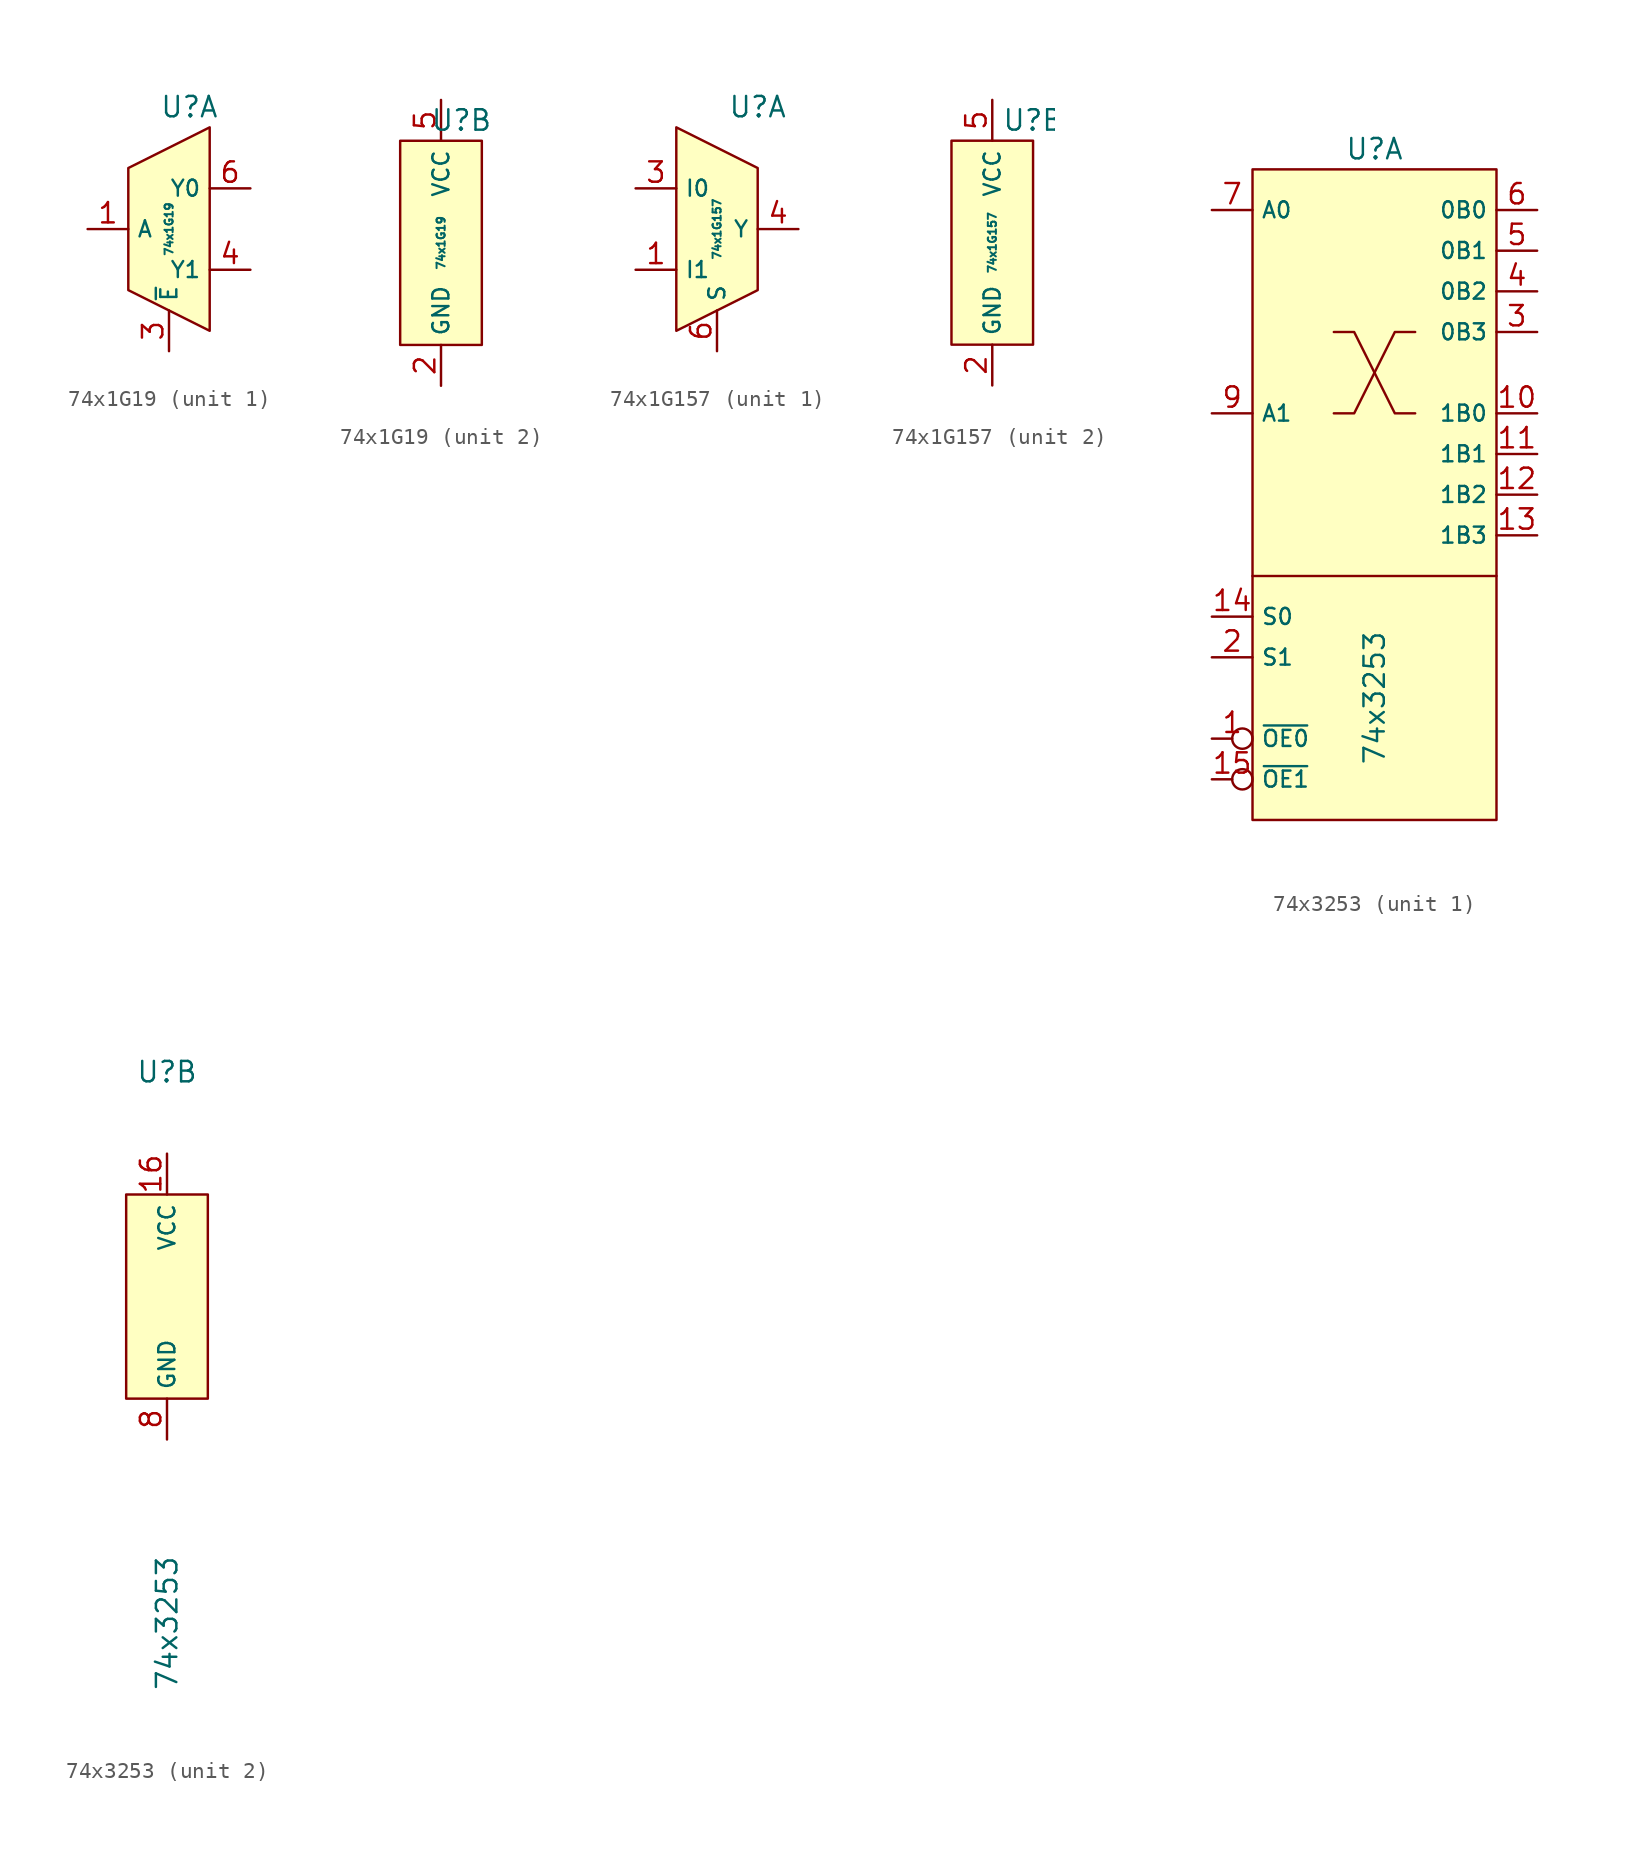
<source format=kicad_sym>
(kicad_symbol_lib
  (version 20220914)
  (generator kicad_symbol_editor)
  (symbol "74x1G19"
    (property "Reference" "U"
      (at 1.27 7.62 0)
      (effects (font (size 1.27 1.27))))
    (property "Value" "74x1G19"
      (at 0 0 90)
      (effects (font (size 0.5 0.5))))
    (property "ki_locked" ""
      (at 0 0 0)
      (effects (font (size 1.27 1.27))))
    (symbol "74x1G19_1_1"
      (polyline (pts (xy -2.54 -3.81) (xy -2.54 3.81) (xy 2.54 6.35) (xy 2.54 -6.35) (xy -2.54 -3.81)) (stroke (width 0) (type default)) (fill (type background)))
      (pin input line (at -5.08 0 0) (length 2.54) (name "A" (effects (font (size 1 1)))) (number "1" (effects (font (size 1.27 1.27)))))
      (pin input line (at 0 -7.62 90) (length 2.54) (name "~{E}" (effects (font (size 1 1)))) (number "3" (effects (font (size 1.27 1.27)))))
      (pin output line (at 5.08 -2.54 180) (length 2.54) (name "Y1" (effects (font (size 1 1)))) (number "4" (effects (font (size 1.27 1.27)))))
      (pin output line (at 5.08 2.54 180) (length 2.54) (name "Y0" (effects (font (size 1 1)))) (number "6" (effects (font (size 1.27 1.27))))))
    (symbol "74x1G19_2_1"
      (rectangle (start -2.54 6.35) (end 2.54 -6.35) (stroke (width 0) (type default)) (fill (type background)))
      (pin power_in line (at 0 -8.89 90) (length 2.54) (name "GND" (effects (font (size 1 1)))) (number "2" (effects (font (size 1.27 1.27)))))
      (pin power_in line (at 0 8.89 270) (length 2.54) (name "VCC" (effects (font (size 1 1)))) (number "5" (effects (font (size 1.27 1.27)))))))
  (symbol "74x1G157"
    (property "Reference" "U"
      (at 2.54 7.62 0)
      (effects (font (size 1.27 1.27))))
    (property "Value" "74x1G157"
      (at 0 0 90)
      (effects (font (size 0.5 0.5))))
    (property "ki_locked" ""
      (at 0 0 0)
      (effects (font (size 1.27 1.27))))
    (symbol "74x1G157_1_1"
      (polyline (pts (xy 2.54 -3.81) (xy 2.54 3.81) (xy -2.54 6.35) (xy -2.54 -6.35) (xy 2.54 -3.81)) (stroke (width 0) (type default)) (fill (type background)))
      (pin input line (at -5.08 -2.54 0) (length 2.54) (name "I1" (effects (font (size 1 1)))) (number "1" (effects (font (size 1.27 1.27)))))
      (pin input line (at -5.08 2.54 0) (length 2.54) (name "I0" (effects (font (size 1 1)))) (number "3" (effects (font (size 1.27 1.27)))))
      (pin output line (at 5.08 0 180) (length 2.54) (name "Y" (effects (font (size 1 1)))) (number "4" (effects (font (size 1.27 1.27)))))
      (pin input line (at 0 -7.62 90) (length 2.54) (name "S" (effects (font (size 1 1)))) (number "6" (effects (font (size 1.27 1.27))))))
    (symbol "74x1G157_2_1"
      (rectangle (start -2.54 6.35) (end 2.54 -6.35) (stroke (width 0) (type default)) (fill (type background)))
      (pin power_in line (at 0 -8.89 90) (length 2.54) (name "GND" (effects (font (size 1 1)))) (number "2" (effects (font (size 1.27 1.27)))))
      (pin power_in line (at 0 8.89 270) (length 2.54) (name "VCC" (effects (font (size 1 1)))) (number "5" (effects (font (size 1.27 1.27)))))))
  (symbol "74x3253"
    (property "Reference" "U"
      (at 0 13.97 0)
      (effects (font (size 1.27 1.27))))
    (property "Value" "74x3253"
      (at 0 -20.32 90)
      (effects (font (size 1.27 1.27))))
    (property "ki_locked" ""
      (at 0 0 0)
      (effects (font (size 1.27 1.27))))
    (symbol "74x3253_1_1"
      (rectangle (start -7.62 12.7) (end 7.62 -27.94) (stroke (width 0) (type default)) (fill (type background)))
      (polyline (pts (xy -7.62 -12.7) (xy 7.62 -12.7)) (stroke (width 0) (type default)) (fill (type none)))
      (polyline (pts (xy -2.54 -2.54) (xy -1.27 -2.54) (xy 1.27 2.54) (xy 2.54 2.54)) (stroke (width 0) (type default)) (fill (type none)))
      (polyline (pts (xy -2.54 2.54) (xy -1.27 2.54) (xy 1.27 -2.54) (xy 2.54 -2.54)) (stroke (width 0) (type default)) (fill (type none)))
      (pin input inverted (at -10.16 -22.86 0) (length 2.54) (name "~{OE0}" (effects (font (size 1 1)))) (number "1" (effects (font (size 1.27 1.27)))))
      (pin bidirectional line (at 10.16 -2.54 180) (length 2.54) (name "1B0" (effects (font (size 1 1)))) (number "10" (effects (font (size 1.27 1.27)))))
      (pin bidirectional line (at 10.16 -5.08 180) (length 2.54) (name "1B1" (effects (font (size 1 1)))) (number "11" (effects (font (size 1.27 1.27)))))
      (pin bidirectional line (at 10.16 -7.62 180) (length 2.54) (name "1B2" (effects (font (size 1 1)))) (number "12" (effects (font (size 1.27 1.27)))))
      (pin bidirectional line (at 10.16 -10.16 180) (length 2.54) (name "1B3" (effects (font (size 1 1)))) (number "13" (effects (font (size 1.27 1.27)))))
      (pin input line (at -10.16 -15.24 0) (length 2.54) (name "S0" (effects (font (size 1 1)))) (number "14" (effects (font (size 1.27 1.27)))))
      (pin input inverted (at -10.16 -25.4 0) (length 2.54) (name "~{OE1}" (effects (font (size 1 1)))) (number "15" (effects (font (size 1.27 1.27)))))
      (pin input line (at -10.16 -17.78 0) (length 2.54) (name "S1" (effects (font (size 1 1)))) (number "2" (effects (font (size 1.27 1.27)))))
      (pin bidirectional line (at 10.16 2.54 180) (length 2.54) (name "0B3" (effects (font (size 1 1)))) (number "3" (effects (font (size 1.27 1.27)))))
      (pin bidirectional line (at 10.16 5.08 180) (length 2.54) (name "0B2" (effects (font (size 1 1)))) (number "4" (effects (font (size 1.27 1.27)))))
      (pin bidirectional line (at 10.16 7.62 180) (length 2.54) (name "0B1" (effects (font (size 1 1)))) (number "5" (effects (font (size 1.27 1.27)))))
      (pin bidirectional line (at 10.16 10.16 180) (length 2.54) (name "0B0" (effects (font (size 1 1)))) (number "6" (effects (font (size 1.27 1.27)))))
      (pin bidirectional line (at -10.16 10.16 0) (length 2.54) (name "A0" (effects (font (size 1 1)))) (number "7" (effects (font (size 1.27 1.27)))))
      (pin bidirectional line (at -10.16 -2.54 0) (length 2.54) (name "A1" (effects (font (size 1 1)))) (number "9" (effects (font (size 1.27 1.27))))))
    (symbol "74x3253_2_1"
      (rectangle (start -2.54 6.35) (end 2.54 -6.35) (stroke (width 0) (type default)) (fill (type background)))
      (pin power_in line (at 0 8.89 270) (length 2.54) (name "VCC" (effects (font (size 1 1)))) (number "16" (effects (font (size 1.27 1.27)))))
      (pin power_in line (at 0 -8.89 90) (length 2.54) (name "GND" (effects (font (size 1 1)))) (number "8" (effects (font (size 1.27 1.27))))))))
</source>
